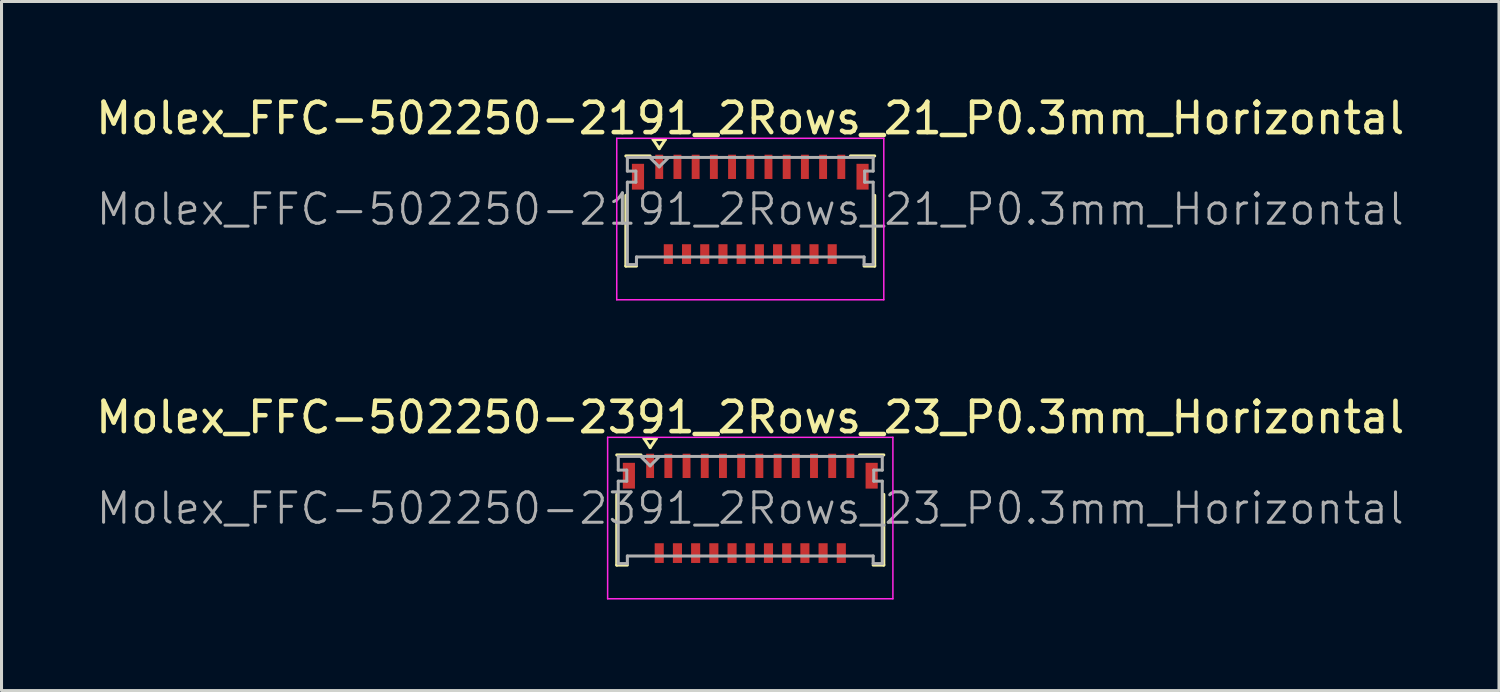
<source format=kicad_pcb>
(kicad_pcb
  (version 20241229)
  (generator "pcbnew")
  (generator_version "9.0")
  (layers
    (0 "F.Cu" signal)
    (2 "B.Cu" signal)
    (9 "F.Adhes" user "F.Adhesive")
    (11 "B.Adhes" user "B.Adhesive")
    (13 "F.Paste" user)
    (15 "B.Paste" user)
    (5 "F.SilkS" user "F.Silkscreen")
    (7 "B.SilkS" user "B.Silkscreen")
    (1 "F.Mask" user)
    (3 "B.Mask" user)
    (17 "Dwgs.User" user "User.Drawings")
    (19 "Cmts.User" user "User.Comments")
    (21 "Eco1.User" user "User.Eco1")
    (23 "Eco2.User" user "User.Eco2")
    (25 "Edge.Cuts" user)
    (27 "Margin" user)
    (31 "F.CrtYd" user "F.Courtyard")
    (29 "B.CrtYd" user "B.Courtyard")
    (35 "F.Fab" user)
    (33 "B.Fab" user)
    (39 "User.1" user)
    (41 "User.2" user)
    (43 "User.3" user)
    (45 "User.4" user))
  (footprint "Molex_FFC-502250-2391_2Rows_23_P0.3mm_Horizontal"
    (layer "F.Cu")
    (at 21.673 13.701)
    (property "Reference" "Molex_FFC-502250-2391_2Rows_23_P0.3mm_Horizontal" (at 0 -3 0) (layer "F.SilkS") (effects (font (size 1 1) (thickness 0.15))))
    (attr smd)
    (fp_line (start -4.4 -1.76) (end -3.6 -1.76) (stroke (width 0.1) (type solid)) (layer "F.SilkS"))
    (fp_line (start -4.4 -0.46) (end -4.4 1.87) (stroke (width 0.1) (type solid)) (layer "F.SilkS"))
    (fp_line (start -4.4 1.87) (end -4.05 1.87) (stroke (width 0.1) (type solid)) (layer "F.SilkS"))
    (fp_line (start -3.5 -2.3) (end -3.1 -2.3) (stroke (width 0.1) (type solid)) (layer "F.SilkS"))
    (fp_line (start -3.3 -2) (end -3.5 -2.3) (stroke (width 0.1) (type solid)) (layer "F.SilkS"))
    (fp_line (start -3.1 -2.3) (end -3.3 -2) (stroke (width 0.1) (type solid)) (layer "F.SilkS"))
    (fp_line (start 4.4 -1.76) (end 3.6 -1.76) (stroke (width 0.1) (type solid)) (layer "F.SilkS"))
    (fp_line (start 4.4 -0.46) (end 4.4 1.87) (stroke (width 0.1) (type solid)) (layer "F.SilkS"))
    (fp_line (start 4.4 1.87) (end 4.05 1.87) (stroke (width 0.1) (type solid)) (layer "F.SilkS"))
    (fp_line (start -4.7 -2.34) (end 4.7 -2.34) (stroke (width 0.05) (type solid)) (layer "F.CrtYd"))
    (fp_line (start -4.7 2.98) (end -4.7 -2.34) (stroke (width 0.05) (type solid)) (layer "F.CrtYd"))
    (fp_line (start 4.7 -2.34) (end 4.7 2.98) (stroke (width 0.05) (type solid)) (layer "F.CrtYd"))
    (fp_line (start 4.7 2.98) (end -4.7 2.98) (stroke (width 0.05) (type solid)) (layer "F.CrtYd"))
    (fp_line (start -4.35 -1.71) (end -4.35 -1.26) (stroke (width 0.1) (type solid)) (layer "F.Fab"))
    (fp_line (start -4.35 -1.26) (end -4.07 -1.26) (stroke (width 0.1) (type solid)) (layer "F.Fab"))
    (fp_line (start -4.35 -0.895) (end -4.35 1.82) (stroke (width 0.1) (type solid)) (layer "F.Fab"))
    (fp_line (start -4.35 1.82) (end -4.05 1.82) (stroke (width 0.1) (type solid)) (layer "F.Fab"))
    (fp_line (start -4.07 -1.26) (end -4.07 -0.895) (stroke (width 0.1) (type solid)) (layer "F.Fab"))
    (fp_line (start -4.07 -0.895) (end -4.35 -0.895) (stroke (width 0.1) (type solid)) (layer "F.Fab"))
    (fp_line (start -4.05 1.57) (end 4.05 1.57) (stroke (width 0.1) (type solid)) (layer "F.Fab"))
    (fp_line (start -4.05 1.82) (end -4.05 1.57) (stroke (width 0.1) (type solid)) (layer "F.Fab"))
    (fp_line (start -3.6 -1.7) (end -3.3 -1.4) (stroke (width 0.1) (type solid)) (layer "F.Fab"))
    (fp_line (start -3.3 -1.4) (end -3 -1.7) (stroke (width 0.1) (type solid)) (layer "F.Fab"))
    (fp_line (start 4.05 1.57) (end 4.05 1.82) (stroke (width 0.1) (type solid)) (layer "F.Fab"))
    (fp_line (start 4.05 1.82) (end 4.35 1.82) (stroke (width 0.1) (type solid)) (layer "F.Fab"))
    (fp_line (start 4.07 -1.26) (end 4.35 -1.26) (stroke (width 0.1) (type solid)) (layer "F.Fab"))
    (fp_line (start 4.07 -0.895) (end 4.07 -1.26) (stroke (width 0.1) (type solid)) (layer "F.Fab"))
    (fp_line (start 4.35 -1.71) (end -4.35 -1.71) (stroke (width 0.1) (type solid)) (layer "F.Fab"))
    (fp_line (start 4.35 -1.26) (end 4.35 -1.71) (stroke (width 0.1) (type solid)) (layer "F.Fab"))
    (fp_line (start 4.35 -0.895) (end 4.07 -0.895) (stroke (width 0.1) (type solid)) (layer "F.Fab"))
    (fp_line (start 4.35 1.82) (end 4.35 -0.895) (stroke (width 0.1) (type solid)) (layer "F.Fab"))
    (fp_text user "${REFERENCE}" (at 0 0 0) (layer "F.Fab") (effects (font (size 1 1) (thickness 0.1))))
    (pad "" smd rect (at -4 -1.075) (size 0.4 0.85) (layers "F.Cu" "F.Mask" "F.Paste"))
    (pad "" smd rect (at 4 -1.075) (size 0.4 0.85) (layers "F.Cu" "F.Mask" "F.Paste"))
    (pad "1" smd rect (at -3.3 -1.4) (size 0.26 0.8) (layers "F.Cu" "F.Mask" "F.Paste"))
    (pad "2" smd rect (at -3 1.475) (size 0.3 0.65) (layers "F.Cu" "F.Mask" "F.Paste"))
    (pad "3" smd rect (at -2.7 -1.4) (size 0.26 0.8) (layers "F.Cu" "F.Mask" "F.Paste"))
    (pad "4" smd rect (at -2.4 1.475) (size 0.3 0.65) (layers "F.Cu" "F.Mask" "F.Paste"))
    (pad "5" smd rect (at -2.1 -1.4) (size 0.26 0.8) (layers "F.Cu" "F.Mask" "F.Paste"))
    (pad "6" smd rect (at -1.8 1.475) (size 0.3 0.65) (layers "F.Cu" "F.Mask" "F.Paste"))
    (pad "7" smd rect (at -1.5 -1.4) (size 0.26 0.8) (layers "F.Cu" "F.Mask" "F.Paste"))
    (pad "8" smd rect (at -1.2 1.475) (size 0.3 0.65) (layers "F.Cu" "F.Mask" "F.Paste"))
    (pad "9" smd rect (at -0.9 -1.4) (size 0.26 0.8) (layers "F.Cu" "F.Mask" "F.Paste"))
    (pad "10" smd rect (at -0.6 1.475) (size 0.3 0.65) (layers "F.Cu" "F.Mask" "F.Paste"))
    (pad "11" smd rect (at -0.3 -1.4) (size 0.26 0.8) (layers "F.Cu" "F.Mask" "F.Paste"))
    (pad "12" smd rect (at 0 1.475) (size 0.3 0.65) (layers "F.Cu" "F.Mask" "F.Paste"))
    (pad "13" smd rect (at 0.3 -1.4) (size 0.26 0.8) (layers "F.Cu" "F.Mask" "F.Paste"))
    (pad "14" smd rect (at 0.6 1.475) (size 0.3 0.65) (layers "F.Cu" "F.Mask" "F.Paste"))
    (pad "15" smd rect (at 0.9 -1.4) (size 0.26 0.8) (layers "F.Cu" "F.Mask" "F.Paste"))
    (pad "16" smd rect (at 1.2 1.475) (size 0.3 0.65) (layers "F.Cu" "F.Mask" "F.Paste"))
    (pad "17" smd rect (at 1.5 -1.4) (size 0.26 0.8) (layers "F.Cu" "F.Mask" "F.Paste"))
    (pad "18" smd rect (at 1.8 1.475) (size 0.3 0.65) (layers "F.Cu" "F.Mask" "F.Paste"))
    (pad "19" smd rect (at 2.1 -1.4) (size 0.26 0.8) (layers "F.Cu" "F.Mask" "F.Paste"))
    (pad "20" smd rect (at 2.4 1.475) (size 0.3 0.65) (layers "F.Cu" "F.Mask" "F.Paste"))
    (pad "21" smd rect (at 2.7 -1.4) (size 0.26 0.8) (layers "F.Cu" "F.Mask" "F.Paste"))
    (pad "22" smd rect (at 3 1.475) (size 0.3 0.65) (layers "F.Cu" "F.Mask" "F.Paste"))
    (pad "23" smd rect (at 3.3 -1.4) (size 0.26 0.8) (layers "F.Cu" "F.Mask" "F.Paste")))
  (footprint "Molex_FFC-502250-2191_2Rows_21_P0.3mm_Horizontal"
    (layer "F.Cu")
    (at 21.673 3.848)
    (property "Reference" "Molex_FFC-502250-2191_2Rows_21_P0.3mm_Horizontal" (at 0 -3 0) (layer "F.SilkS") (effects (font (size 1 1) (thickness 0.15))))
    (attr smd)
    (fp_line (start -4.1 -1.76) (end -3.3 -1.76) (stroke (width 0.1) (type solid)) (layer "F.SilkS"))
    (fp_line (start -4.1 -0.46) (end -4.1 1.87) (stroke (width 0.1) (type solid)) (layer "F.SilkS"))
    (fp_line (start -4.1 1.87) (end -3.75 1.87) (stroke (width 0.1) (type solid)) (layer "F.SilkS"))
    (fp_line (start -3.2 -2.3) (end -2.8 -2.3) (stroke (width 0.1) (type solid)) (layer "F.SilkS"))
    (fp_line (start -3 -2) (end -3.2 -2.3) (stroke (width 0.1) (type solid)) (layer "F.SilkS"))
    (fp_line (start -2.8 -2.3) (end -3 -2) (stroke (width 0.1) (type solid)) (layer "F.SilkS"))
    (fp_line (start 4.1 -1.76) (end 3.3 -1.76) (stroke (width 0.1) (type solid)) (layer "F.SilkS"))
    (fp_line (start 4.1 -0.46) (end 4.1 1.87) (stroke (width 0.1) (type solid)) (layer "F.SilkS"))
    (fp_line (start 4.1 1.87) (end 3.75 1.87) (stroke (width 0.1) (type solid)) (layer "F.SilkS"))
    (fp_line (start -4.4 -2.34) (end 4.4 -2.34) (stroke (width 0.05) (type solid)) (layer "F.CrtYd"))
    (fp_line (start -4.4 2.98) (end -4.4 -2.34) (stroke (width 0.05) (type solid)) (layer "F.CrtYd"))
    (fp_line (start 4.4 -2.34) (end 4.4 2.98) (stroke (width 0.05) (type solid)) (layer "F.CrtYd"))
    (fp_line (start 4.4 2.98) (end -4.4 2.98) (stroke (width 0.05) (type solid)) (layer "F.CrtYd"))
    (fp_line (start -4.05 -1.71) (end -4.05 -1.26) (stroke (width 0.1) (type solid)) (layer "F.Fab"))
    (fp_line (start -4.05 -1.26) (end -3.77 -1.26) (stroke (width 0.1) (type solid)) (layer "F.Fab"))
    (fp_line (start -4.05 -0.895) (end -4.05 1.82) (stroke (width 0.1) (type solid)) (layer "F.Fab"))
    (fp_line (start -4.05 1.82) (end -3.75 1.82) (stroke (width 0.1) (type solid)) (layer "F.Fab"))
    (fp_line (start -3.77 -1.26) (end -3.77 -0.895) (stroke (width 0.1) (type solid)) (layer "F.Fab"))
    (fp_line (start -3.77 -0.895) (end -4.05 -0.895) (stroke (width 0.1) (type solid)) (layer "F.Fab"))
    (fp_line (start -3.75 1.57) (end 3.75 1.57) (stroke (width 0.1) (type solid)) (layer "F.Fab"))
    (fp_line (start -3.75 1.82) (end -3.75 1.57) (stroke (width 0.1) (type solid)) (layer "F.Fab"))
    (fp_line (start -3.3 -1.7) (end -3 -1.4) (stroke (width 0.1) (type solid)) (layer "F.Fab"))
    (fp_line (start -3 -1.4) (end -2.7 -1.7) (stroke (width 0.1) (type solid)) (layer "F.Fab"))
    (fp_line (start 3.75 1.57) (end 3.75 1.82) (stroke (width 0.1) (type solid)) (layer "F.Fab"))
    (fp_line (start 3.75 1.82) (end 4.05 1.82) (stroke (width 0.1) (type solid)) (layer "F.Fab"))
    (fp_line (start 3.77 -1.26) (end 4.05 -1.26) (stroke (width 0.1) (type solid)) (layer "F.Fab"))
    (fp_line (start 3.77 -0.895) (end 3.77 -1.26) (stroke (width 0.1) (type solid)) (layer "F.Fab"))
    (fp_line (start 4.05 -1.71) (end -4.05 -1.71) (stroke (width 0.1) (type solid)) (layer "F.Fab"))
    (fp_line (start 4.05 -1.26) (end 4.05 -1.71) (stroke (width 0.1) (type solid)) (layer "F.Fab"))
    (fp_line (start 4.05 -0.895) (end 3.77 -0.895) (stroke (width 0.1) (type solid)) (layer "F.Fab"))
    (fp_line (start 4.05 1.82) (end 4.05 -0.895) (stroke (width 0.1) (type solid)) (layer "F.Fab"))
    (fp_text user "${REFERENCE}" (at 0 0 0) (layer "F.Fab") (effects (font (size 1 1) (thickness 0.1))))
    (pad "" smd rect (at -3.7 -1.075) (size 0.4 0.85) (layers "F.Cu" "F.Mask" "F.Paste"))
    (pad "" smd rect (at 3.7 -1.075) (size 0.4 0.85) (layers "F.Cu" "F.Mask" "F.Paste"))
    (pad "1" smd rect (at -3 -1.4) (size 0.26 0.8) (layers "F.Cu" "F.Mask" "F.Paste"))
    (pad "2" smd rect (at -2.7 1.475) (size 0.3 0.65) (layers "F.Cu" "F.Mask" "F.Paste"))
    (pad "3" smd rect (at -2.4 -1.4) (size 0.26 0.8) (layers "F.Cu" "F.Mask" "F.Paste"))
    (pad "4" smd rect (at -2.1 1.475) (size 0.3 0.65) (layers "F.Cu" "F.Mask" "F.Paste"))
    (pad "5" smd rect (at -1.8 -1.4) (size 0.26 0.8) (layers "F.Cu" "F.Mask" "F.Paste"))
    (pad "6" smd rect (at -1.5 1.475) (size 0.3 0.65) (layers "F.Cu" "F.Mask" "F.Paste"))
    (pad "7" smd rect (at -1.2 -1.4) (size 0.26 0.8) (layers "F.Cu" "F.Mask" "F.Paste"))
    (pad "8" smd rect (at -0.9 1.475) (size 0.3 0.65) (layers "F.Cu" "F.Mask" "F.Paste"))
    (pad "9" smd rect (at -0.6 -1.4) (size 0.26 0.8) (layers "F.Cu" "F.Mask" "F.Paste"))
    (pad "10" smd rect (at -0.3 1.475) (size 0.3 0.65) (layers "F.Cu" "F.Mask" "F.Paste"))
    (pad "11" smd rect (at 0 -1.4) (size 0.26 0.8) (layers "F.Cu" "F.Mask" "F.Paste"))
    (pad "12" smd rect (at 0.3 1.475) (size 0.3 0.65) (layers "F.Cu" "F.Mask" "F.Paste"))
    (pad "13" smd rect (at 0.6 -1.4) (size 0.26 0.8) (layers "F.Cu" "F.Mask" "F.Paste"))
    (pad "14" smd rect (at 0.9 1.475) (size 0.3 0.65) (layers "F.Cu" "F.Mask" "F.Paste"))
    (pad "15" smd rect (at 1.2 -1.4) (size 0.26 0.8) (layers "F.Cu" "F.Mask" "F.Paste"))
    (pad "16" smd rect (at 1.5 1.475) (size 0.3 0.65) (layers "F.Cu" "F.Mask" "F.Paste"))
    (pad "17" smd rect (at 1.8 -1.4) (size 0.26 0.8) (layers "F.Cu" "F.Mask" "F.Paste"))
    (pad "18" smd rect (at 2.1 1.475) (size 0.3 0.65) (layers "F.Cu" "F.Mask" "F.Paste"))
    (pad "19" smd rect (at 2.4 -1.4) (size 0.26 0.8) (layers "F.Cu" "F.Mask" "F.Paste"))
    (pad "20" smd rect (at 2.7 1.475) (size 0.3 0.65) (layers "F.Cu" "F.Mask" "F.Paste"))
    (pad "21" smd rect (at 3 -1.4) (size 0.26 0.8) (layers "F.Cu" "F.Mask" "F.Paste")))
  (gr_rect
    (start -3 -3)
    (end 46.345 19.706)
    (stroke (width 0.1) (type default))
    (fill no)
    (layer "Edge.Cuts")))
</source>
